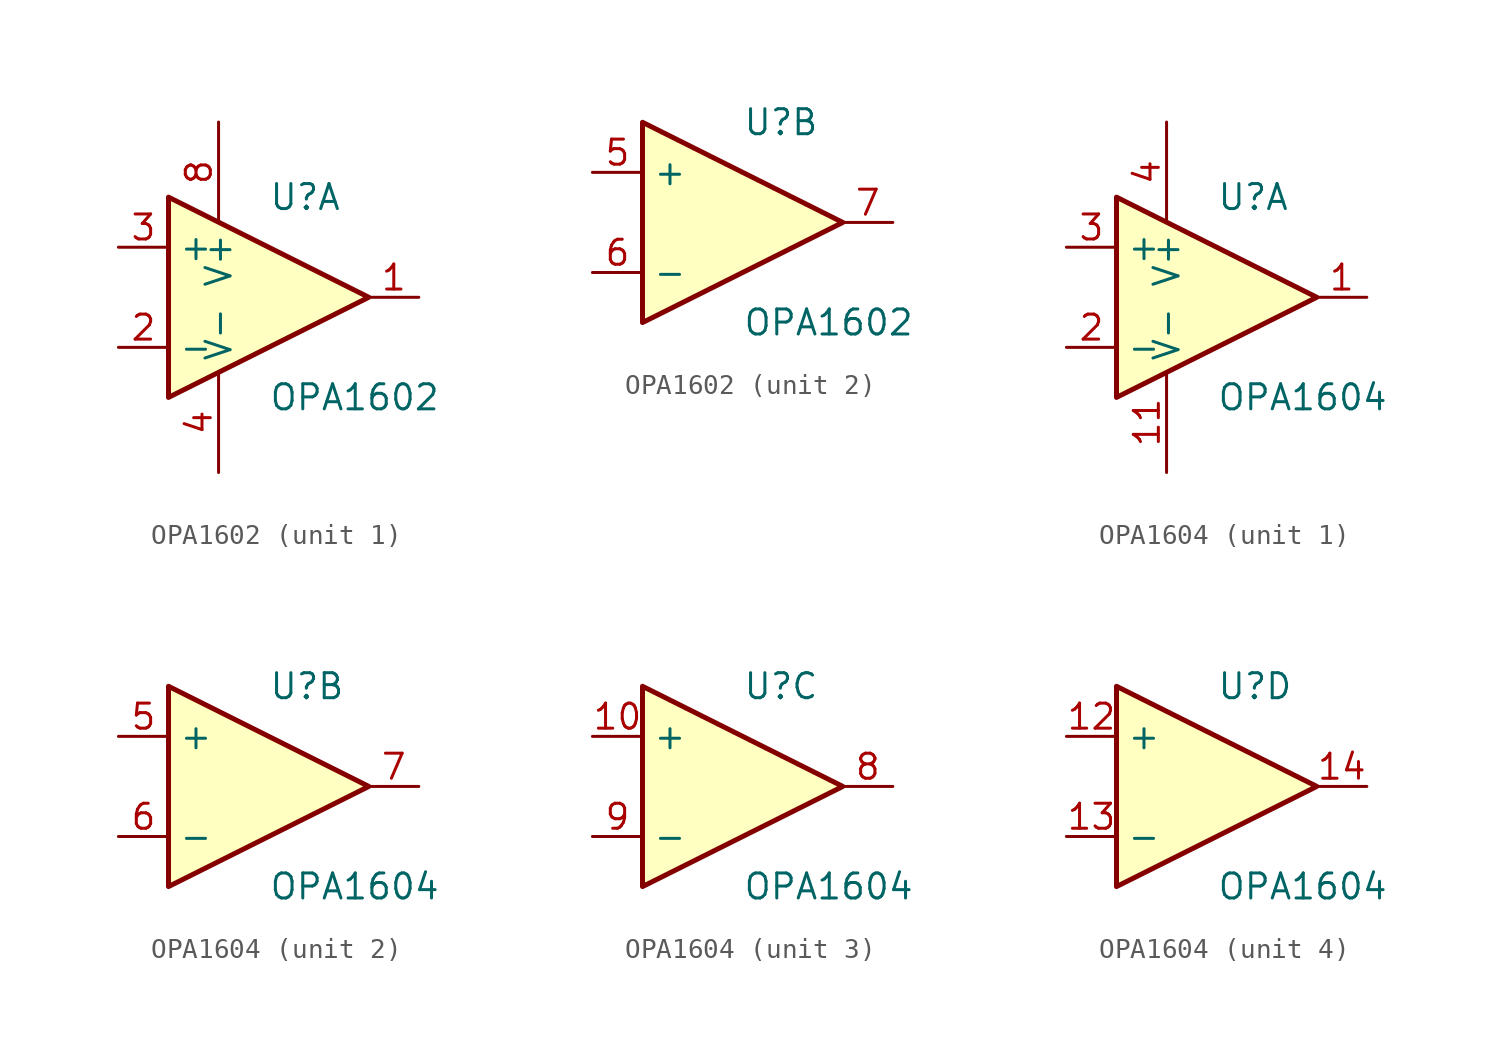
<source format=kicad_sym>
(kicad_symbol_lib
  (version 20220914)
  (generator kicad_symbol_editor)
  (symbol "OPA1602"
    (property "Reference" "U"
      (at 0 5.08 0)
      (effects (font (size 1.27 1.27)) (justify left)))
    (property "Value" "OPA1602"
      (at 0 -5.08 0)
      (effects (font (size 1.27 1.27)) (justify left)))
    (symbol "OPA1602_0_1"
      (polyline (pts (xy -5.08 5.08) (xy 5.08 0) (xy -5.08 -5.08) (xy -5.08 5.08)) (stroke (width 0.254) (type solid)) (fill (type background))))
    (symbol "OPA1602_1_1"
      (pin output line (at 7.62 0 180) (length 2.54) (name "~" (effects (font (size 1.27 1.27)))) (number "1" (effects (font (size 1.27 1.27)))))
      (pin input line (at -7.62 -2.54 0) (length 2.54) (name "-" (effects (font (size 1.27 1.27)))) (number "2" (effects (font (size 1.27 1.27)))))
      (pin input line (at -7.62 2.54 0) (length 2.54) (name "+" (effects (font (size 1.27 1.27)))) (number "3" (effects (font (size 1.27 1.27)))))
      (pin power_in line (at -2.54 -8.89 90) (length 5.08) (name "V-" (effects (font (size 1.27 1.27)))) (number "4" (effects (font (size 1.27 1.27)))))
      (pin power_in line (at -2.54 8.89 270) (length 5.08) (name "V+" (effects (font (size 1.27 1.27)))) (number "8" (effects (font (size 1.27 1.27))))))
    (symbol "OPA1602_2_1"
      (pin input line (at -7.62 2.54 0) (length 2.54) (name "+" (effects (font (size 1.27 1.27)))) (number "5" (effects (font (size 1.27 1.27)))))
      (pin input line (at -7.62 -2.54 0) (length 2.54) (name "-" (effects (font (size 1.27 1.27)))) (number "6" (effects (font (size 1.27 1.27)))))
      (pin output line (at 7.62 0 180) (length 2.54) (name "~" (effects (font (size 1.27 1.27)))) (number "7" (effects (font (size 1.27 1.27)))))))
  (symbol "OPA1604"
    (property "Reference" "U"
      (at 0 5.08 0)
      (effects (font (size 1.27 1.27)) (justify left)))
    (property "Value" "OPA1604"
      (at 0 -5.08 0)
      (effects (font (size 1.27 1.27)) (justify left)))
    (symbol "OPA1604_0_1"
      (polyline (pts (xy -5.08 5.08) (xy 5.08 0) (xy -5.08 -5.08) (xy -5.08 5.08)) (stroke (width 0.254) (type solid)) (fill (type background))))
    (symbol "OPA1604_1_1"
      (pin output line (at 7.62 0 180) (length 2.54) (name "~" (effects (font (size 1.27 1.27)))) (number "1" (effects (font (size 1.27 1.27)))))
      (pin power_in line (at -2.54 -8.89 90) (length 5.08) (name "V-" (effects (font (size 1.27 1.27)))) (number "11" (effects (font (size 1.27 1.27)))))
      (pin input line (at -7.62 -2.54 0) (length 2.54) (name "-" (effects (font (size 1.27 1.27)))) (number "2" (effects (font (size 1.27 1.27)))))
      (pin input line (at -7.62 2.54 0) (length 2.54) (name "+" (effects (font (size 1.27 1.27)))) (number "3" (effects (font (size 1.27 1.27)))))
      (pin power_in line (at -2.54 8.89 270) (length 5.08) (name "V+" (effects (font (size 1.27 1.27)))) (number "4" (effects (font (size 1.27 1.27))))))
    (symbol "OPA1604_2_1"
      (pin input line (at -7.62 2.54 0) (length 2.54) (name "+" (effects (font (size 1.27 1.27)))) (number "5" (effects (font (size 1.27 1.27)))))
      (pin input line (at -7.62 -2.54 0) (length 2.54) (name "-" (effects (font (size 1.27 1.27)))) (number "6" (effects (font (size 1.27 1.27)))))
      (pin output line (at 7.62 0 180) (length 2.54) (name "~" (effects (font (size 1.27 1.27)))) (number "7" (effects (font (size 1.27 1.27))))))
    (symbol "OPA1604_3_1"
      (pin input line (at -7.62 2.54 0) (length 2.54) (name "+" (effects (font (size 1.27 1.27)))) (number "10" (effects (font (size 1.27 1.27)))))
      (pin output line (at 7.62 0 180) (length 2.54) (name "~" (effects (font (size 1.27 1.27)))) (number "8" (effects (font (size 1.27 1.27)))))
      (pin input line (at -7.62 -2.54 0) (length 2.54) (name "-" (effects (font (size 1.27 1.27)))) (number "9" (effects (font (size 1.27 1.27))))))
    (symbol "OPA1604_4_1"
      (pin input line (at -7.62 2.54 0) (length 2.54) (name "+" (effects (font (size 1.27 1.27)))) (number "12" (effects (font (size 1.27 1.27)))))
      (pin input line (at -7.62 -2.54 0) (length 2.54) (name "-" (effects (font (size 1.27 1.27)))) (number "13" (effects (font (size 1.27 1.27)))))
      (pin output line (at 7.62 0 180) (length 2.54) (name "~" (effects (font (size 1.27 1.27)))) (number "14" (effects (font (size 1.27 1.27))))))))
</source>
